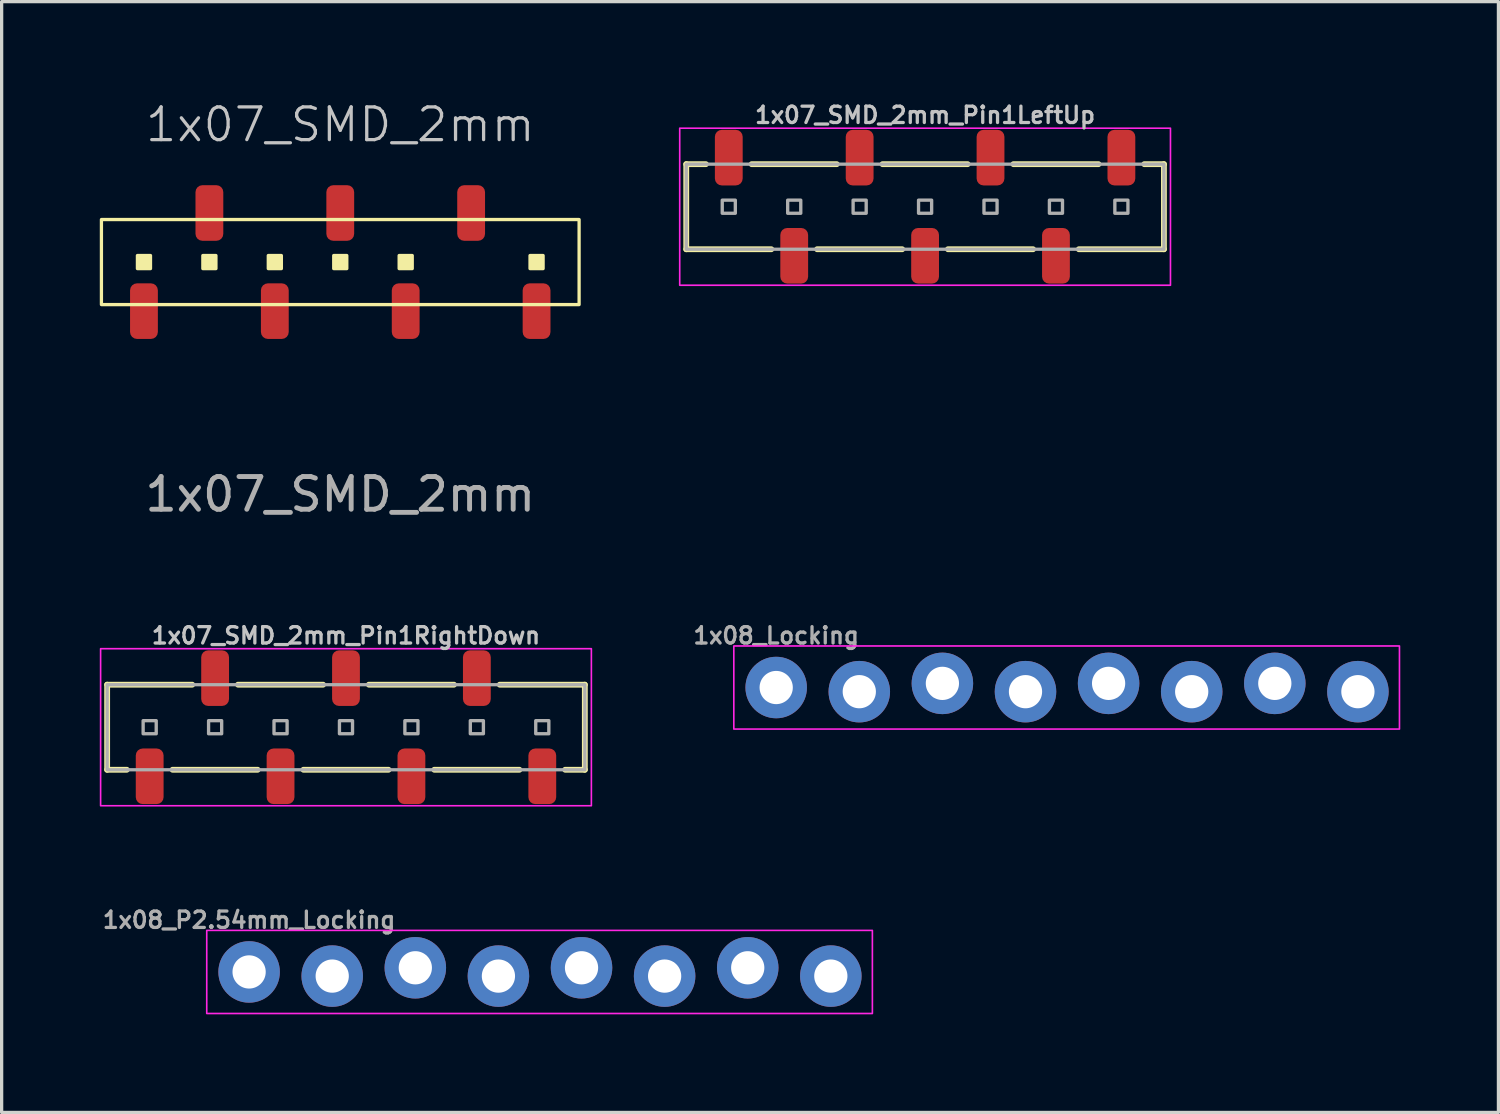
<source format=kicad_pcb>
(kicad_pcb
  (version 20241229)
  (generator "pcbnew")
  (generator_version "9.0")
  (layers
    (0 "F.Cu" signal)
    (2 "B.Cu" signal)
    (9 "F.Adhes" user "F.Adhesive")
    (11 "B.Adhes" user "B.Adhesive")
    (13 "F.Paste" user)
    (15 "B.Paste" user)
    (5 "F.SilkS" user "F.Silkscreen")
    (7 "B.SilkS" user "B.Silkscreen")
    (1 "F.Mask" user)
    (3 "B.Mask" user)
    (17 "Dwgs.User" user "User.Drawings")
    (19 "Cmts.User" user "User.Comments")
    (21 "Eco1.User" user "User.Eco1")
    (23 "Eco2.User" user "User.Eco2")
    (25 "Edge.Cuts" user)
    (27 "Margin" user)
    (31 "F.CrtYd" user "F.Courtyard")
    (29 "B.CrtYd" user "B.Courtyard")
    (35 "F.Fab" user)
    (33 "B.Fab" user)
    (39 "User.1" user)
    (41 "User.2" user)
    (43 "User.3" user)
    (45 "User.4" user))
  (footprint "1x08_P2.54mm_Locking"
    (layer "F.Cu")
    (at 4.564 26.657)
    (property "Reference" "1x08_P2.54mm_Locking" (at 0 -1.587 0) (layer "F.Fab") (effects (font (size 0.5 0.5) (thickness 0.1))))
    (fp_rect (start -1.295 -1.27) (end 19.05 1.27) (stroke (width 0.05) (type default)) (fill no) (layer "F.CrtYd"))
    (fp_poly (pts (xy -0.254 0.254) (xy 0.254 0.254) (xy 0.254 -0.254) (xy -0.254 -0.254)) (stroke (width 0.1) (type default)) (fill no) (layer "F.Fab"))
    (fp_poly (pts (xy 2.286 0.254) (xy 2.794 0.254) (xy 2.794 -0.254) (xy 2.286 -0.254)) (stroke (width 0.1) (type default)) (fill no) (layer "F.Fab"))
    (fp_poly (pts (xy 4.826 0.254) (xy 5.334 0.254) (xy 5.334 -0.254) (xy 4.826 -0.254)) (stroke (width 0.1) (type default)) (fill no) (layer "F.Fab"))
    (fp_poly (pts (xy 7.366 0.254) (xy 7.874 0.254) (xy 7.874 -0.254) (xy 7.366 -0.254)) (stroke (width 0.1) (type default)) (fill no) (layer "F.Fab"))
    (fp_poly (pts (xy 9.906 0.254) (xy 10.414 0.254) (xy 10.414 -0.254) (xy 9.906 -0.254)) (stroke (width 0.1) (type default)) (fill no) (layer "F.Fab"))
    (fp_poly (pts (xy 12.446 0.254) (xy 12.954 0.254) (xy 12.954 -0.254) (xy 12.446 -0.254)) (stroke (width 0.1) (type default)) (fill no) (layer "F.Fab"))
    (fp_poly (pts (xy 14.986 0.254) (xy 15.494 0.254) (xy 15.494 -0.254) (xy 14.986 -0.254)) (stroke (width 0.1) (type default)) (fill no) (layer "F.Fab"))
    (fp_poly (pts (xy 17.526 0.254) (xy 18.034 0.254) (xy 18.034 -0.254) (xy 17.526 -0.254)) (stroke (width 0.1) (type default)) (fill no) (layer "F.Fab"))
    (pad "1" thru_hole circle (at 0 0 90) (size 1.88 1.88) (drill 1.016) (layers "*.Cu" "*.Mask") (remove_unused_layers yes) (keep_end_layers yes) (zone_layer_connections))
    (pad "2" thru_hole circle (at 2.54 0.127 90) (size 1.88 1.88) (drill 1.016) (layers "*.Cu" "*.Mask") (remove_unused_layers yes) (keep_end_layers yes) (zone_layer_connections))
    (pad "3" thru_hole circle (at 5.08 -0.127 90) (size 1.88 1.88) (drill 1.016) (layers "*.Cu" "*.Mask") (remove_unused_layers yes) (keep_end_layers yes) (zone_layer_connections))
    (pad "4" thru_hole circle (at 7.62 0.127 90) (size 1.88 1.88) (drill 1.016) (layers "*.Cu" "*.Mask") (remove_unused_layers yes) (keep_end_layers yes) (zone_layer_connections))
    (pad "5" thru_hole circle (at 10.16 -0.127 90) (size 1.88 1.88) (drill 1.016) (layers "*.Cu" "*.Mask") (remove_unused_layers yes) (keep_end_layers yes) (zone_layer_connections))
    (pad "6" thru_hole circle (at 12.7 0.127 90) (size 1.88 1.88) (drill 1.016) (layers "*.Cu" "*.Mask") (remove_unused_layers yes) (keep_end_layers yes) (zone_layer_connections))
    (pad "7" thru_hole circle (at 15.24 -0.127 90) (size 1.88 1.88) (drill 1.016) (layers "*.Cu" "*.Mask") (remove_unused_layers yes) (keep_end_layers yes) (zone_layer_connections))
    (pad "8" thru_hole circle (at 17.78 0.127 90) (size 1.88 1.88) (drill 1.016) (layers "*.Cu" "*.Mask") (remove_unused_layers yes) (keep_end_layers yes) (zone_layer_connections)))
  (footprint "1x07_SMD_2mm_Pin1LeftUp"
    (layer "F.Cu")
    (at 25.225 3.268)
    (property "Reference" "1x07_SMD_2mm_Pin1LeftUp" (at 0 -2.8 0) (unlocked yes) (layer "Dwgs.User") (effects (font (size 0.5 0.5) (thickness 0.1))))
    (attr smd)
    (fp_line (start -7.3 -1.3) (end -6.7 -1.3) (stroke (width 0.178) (type default)) (layer "F.SilkS"))
    (fp_line (start -7.3 1.3) (end -7.3 -1.3) (stroke (width 0.178) (type default)) (layer "F.SilkS"))
    (fp_line (start -4.7 1.3) (end -7.3 1.3) (stroke (width 0.178) (type default)) (layer "F.SilkS"))
    (fp_line (start -2.7 -1.3) (end -5.3 -1.3) (stroke (width 0.178) (type default)) (layer "F.SilkS"))
    (fp_line (start -0.7 1.3) (end -3.3 1.3) (stroke (width 0.178) (type default)) (layer "F.SilkS"))
    (fp_line (start 1.3 -1.3) (end -1.3 -1.3) (stroke (width 0.178) (type default)) (layer "F.SilkS"))
    (fp_line (start 3.3 1.3) (end 0.7 1.3) (stroke (width 0.178) (type default)) (layer "F.SilkS"))
    (fp_line (start 4.7 1.3) (end 7.3 1.3) (stroke (width 0.178) (type default)) (layer "F.SilkS"))
    (fp_line (start 5.3 -1.3) (end 2.7 -1.3) (stroke (width 0.178) (type default)) (layer "F.SilkS"))
    (fp_line (start 7.3 -1.3) (end 6.7 -1.3) (stroke (width 0.178) (type default)) (layer "F.SilkS"))
    (fp_line (start 7.3 1.3) (end 7.3 -1.3) (stroke (width 0.178) (type default)) (layer "F.SilkS"))
    (fp_rect (start -7.5 -2.4) (end 7.5 2.4) (stroke (width 0.05) (type default)) (fill no) (layer "F.CrtYd"))
    (fp_rect (start -7.3 -1.3) (end 7.3 1.3) (stroke (width 0.1) (type default)) (fill no) (layer "F.Fab"))
    (fp_rect (start -6.2 -0.2) (end -5.8 0.2) (stroke (width 0.102) (type solid)) (fill no) (layer "F.Fab"))
    (fp_rect (start -4.2 -0.2) (end -3.8 0.2) (stroke (width 0.102) (type solid)) (fill no) (layer "F.Fab"))
    (fp_rect (start -2.2 -0.2) (end -1.8 0.2) (stroke (width 0.102) (type solid)) (fill no) (layer "F.Fab"))
    (fp_rect (start -0.2 -0.2) (end 0.2 0.2) (stroke (width 0.102) (type solid)) (fill no) (layer "F.Fab"))
    (fp_rect (start 1.8 -0.2) (end 2.2 0.2) (stroke (width 0.102) (type solid)) (fill no) (layer "F.Fab"))
    (fp_rect (start 3.8 -0.2) (end 4.2 0.2) (stroke (width 0.102) (type solid)) (fill no) (layer "F.Fab"))
    (fp_rect (start 5.8 -0.2) (end 6.2 0.2) (stroke (width 0.102) (type solid)) (fill no) (layer "F.Fab"))
    (pad "1" smd roundrect (at -6 -1.5 180) (size 0.85 1.7) (layers "F.Cu" "F.Mask" "F.Paste") (roundrect_rratio 0.25))
    (pad "2" smd roundrect (at -4 1.5 180) (size 0.85 1.7) (layers "F.Cu" "F.Mask" "F.Paste") (roundrect_rratio 0.25))
    (pad "3" smd roundrect (at -2 -1.5 180) (size 0.85 1.7) (layers "F.Cu" "F.Mask" "F.Paste") (roundrect_rratio 0.25))
    (pad "4" smd roundrect (at 0 1.5 180) (size 0.85 1.7) (layers "F.Cu" "F.Mask" "F.Paste") (roundrect_rratio 0.25))
    (pad "5" smd roundrect (at 2 -1.5 180) (size 0.85 1.7) (layers "F.Cu" "F.Mask" "F.Paste") (roundrect_rratio 0.25))
    (pad "6" smd roundrect (at 4 1.5 180) (size 0.85 1.7) (layers "F.Cu" "F.Mask" "F.Paste") (roundrect_rratio 0.25))
    (pad "7" smd roundrect (at 6 -1.5 180) (size 0.85 1.7) (layers "F.Cu" "F.Mask" "F.Paste") (roundrect_rratio 0.25)))
  (footprint "1x07_SMD_2mm_Pin1RightDown"
    (layer "F.Cu")
    (at 7.525 19.177)
    (property "Reference" "1x07_SMD_2mm_Pin1RightDown" (at 0 -2.8 0) (unlocked yes) (layer "Dwgs.User") (effects (font (size 0.5 0.5) (thickness 0.1))))
    (attr smd)
    (fp_line (start -7.3 -1.3) (end -7.3 1.3) (stroke (width 0.178) (type default)) (layer "F.SilkS"))
    (fp_line (start -7.3 1.3) (end -6.7 1.3) (stroke (width 0.178) (type default)) (layer "F.SilkS"))
    (fp_line (start -5.3 1.3) (end -2.7 1.3) (stroke (width 0.178) (type default)) (layer "F.SilkS"))
    (fp_line (start -4.7 -1.3) (end -7.3 -1.3) (stroke (width 0.178) (type default)) (layer "F.SilkS"))
    (fp_line (start -3.3 -1.3) (end -0.7 -1.3) (stroke (width 0.178) (type default)) (layer "F.SilkS"))
    (fp_line (start -1.3 1.3) (end 1.3 1.3) (stroke (width 0.178) (type default)) (layer "F.SilkS"))
    (fp_line (start 0.7 -1.3) (end 3.3 -1.3) (stroke (width 0.178) (type default)) (layer "F.SilkS"))
    (fp_line (start 2.7 1.3) (end 5.3 1.3) (stroke (width 0.178) (type default)) (layer "F.SilkS"))
    (fp_line (start 4.7 -1.3) (end 7.3 -1.3) (stroke (width 0.178) (type default)) (layer "F.SilkS"))
    (fp_line (start 7.3 -1.3) (end 7.3 1.3) (stroke (width 0.178) (type default)) (layer "F.SilkS"))
    (fp_line (start 7.3 1.3) (end 6.7 1.3) (stroke (width 0.178) (type default)) (layer "F.SilkS"))
    (fp_rect (start -7.5 -2.4) (end 7.5 2.4) (stroke (width 0.05) (type default)) (fill no) (layer "F.CrtYd"))
    (fp_rect (start -7.3 -1.3) (end 7.3 1.3) (stroke (width 0.1) (type default)) (fill no) (layer "F.Fab"))
    (fp_rect (start -6.2 -0.2) (end -5.8 0.2) (stroke (width 0.102) (type solid)) (fill no) (layer "F.Fab"))
    (fp_rect (start -4.2 -0.2) (end -3.8 0.2) (stroke (width 0.102) (type solid)) (fill no) (layer "F.Fab"))
    (fp_rect (start -2.2 -0.2) (end -1.8 0.2) (stroke (width 0.102) (type solid)) (fill no) (layer "F.Fab"))
    (fp_rect (start -0.2 -0.2) (end 0.2 0.2) (stroke (width 0.102) (type solid)) (fill no) (layer "F.Fab"))
    (fp_rect (start 1.8 -0.2) (end 2.2 0.2) (stroke (width 0.102) (type solid)) (fill no) (layer "F.Fab"))
    (fp_rect (start 3.8 -0.2) (end 4.2 0.2) (stroke (width 0.102) (type solid)) (fill no) (layer "F.Fab"))
    (fp_rect (start 5.8 -0.2) (end 6.2 0.2) (stroke (width 0.102) (type solid)) (fill no) (layer "F.Fab"))
    (pad "1" smd roundrect (at 6 1.5) (size 0.85 1.7) (layers "F.Cu" "F.Mask" "F.Paste") (roundrect_rratio 0.25))
    (pad "2" smd roundrect (at 4 -1.5) (size 0.85 1.7) (layers "F.Cu" "F.Mask" "F.Paste") (roundrect_rratio 0.25))
    (pad "3" smd roundrect (at 2 1.5) (size 0.85 1.7) (layers "F.Cu" "F.Mask" "F.Paste") (roundrect_rratio 0.25))
    (pad "4" smd roundrect (at 0 -1.5) (size 0.85 1.7) (layers "F.Cu" "F.Mask" "F.Paste") (roundrect_rratio 0.25))
    (pad "5" smd roundrect (at -2 1.5) (size 0.85 1.7) (layers "F.Cu" "F.Mask" "F.Paste") (roundrect_rratio 0.25))
    (pad "6" smd roundrect (at -4 -1.5) (size 0.85 1.7) (layers "F.Cu" "F.Mask" "F.Paste") (roundrect_rratio 0.25))
    (pad "7" smd roundrect (at -6 1.5) (size 0.85 1.7) (layers "F.Cu" "F.Mask" "F.Paste") (roundrect_rratio 0.25)))
  (footprint "1x07_SMD_2mm"
    (layer "F.Cu")
    (at 7.35 4.96)
    (property "Reference" "1x07_SMD_2mm" (at 0 -4.2 0) (unlocked yes) (layer "Dwgs.User") (effects (font (size 1 1) (thickness 0.1))))
    (attr smd)
    (fp_rect (start -7.3 -1.3) (end 7.3 1.3) (stroke (width 0.1) (type default)) (fill no) (layer "F.SilkS"))
    (fp_rect (start -6.2 -0.2) (end -5.8 0.2) (stroke (width 0.1) (type solid)) (fill yes) (layer "F.SilkS"))
    (fp_rect (start -4.2 -0.2) (end -3.8 0.2) (stroke (width 0.1) (type solid)) (fill yes) (layer "F.SilkS"))
    (fp_rect (start -2.2 -0.2) (end -1.8 0.2) (stroke (width 0.1) (type solid)) (fill yes) (layer "F.SilkS"))
    (fp_rect (start -0.2 -0.2) (end 0.2 0.2) (stroke (width 0.1) (type solid)) (fill yes) (layer "F.SilkS"))
    (fp_rect (start 1.8 -0.2) (end 2.2 0.2) (stroke (width 0.1) (type solid)) (fill yes) (layer "F.SilkS"))
    (fp_rect (start 5.8 -0.2) (end 6.2 0.2) (stroke (width 0.1) (type solid)) (fill yes) (layer "F.SilkS"))
    (fp_text user "${REFERENCE}" (at 0 7.1 0) (unlocked yes) (layer "F.Fab") (effects (font (size 1 1) (thickness 0.15))))
    (pad "6" smd roundrect (at -6 1.5) (size 0.85 1.7) (layers "F.Cu" "F.Mask" "F.Paste") (roundrect_rratio 0.25))
    (pad "7" smd roundrect (at -4 -1.5) (size 0.85 1.7) (layers "F.Cu" "F.Mask" "F.Paste") (roundrect_rratio 0.25))
    (pad "8" smd roundrect (at -2 1.5) (size 0.85 1.7) (layers "F.Cu" "F.Mask" "F.Paste") (roundrect_rratio 0.25))
    (pad "9" smd roundrect (at 0 -1.5) (size 0.85 1.7) (layers "F.Cu" "F.Mask" "F.Paste") (roundrect_rratio 0.25))
    (pad "10" smd roundrect (at 2 1.5) (size 0.85 1.7) (layers "F.Cu" "F.Mask" "F.Paste") (roundrect_rratio 0.25))
    (pad "11" smd roundrect (at 4 -1.5) (size 0.85 1.7) (layers "F.Cu" "F.Mask" "F.Paste") (roundrect_rratio 0.25))
    (pad "12" smd roundrect (at 6 1.5) (size 0.85 1.7) (layers "F.Cu" "F.Mask" "F.Paste") (roundrect_rratio 0.25)))
  (footprint "1x08_Locking"
    (layer "F.Cu")
    (at 20.674 17.964)
    (property "Reference" "1x08_Locking" (at 0 -1.587 0) (layer "F.Fab") (effects (font (size 0.5 0.5) (thickness 0.1))))
    (fp_rect (start -1.295 -1.27) (end 19.05 1.27) (stroke (width 0.05) (type default)) (fill no) (layer "F.CrtYd"))
    (fp_poly (pts (xy -0.254 0.254) (xy 0.254 0.254) (xy 0.254 -0.254) (xy -0.254 -0.254)) (stroke (width 0.1) (type default)) (fill no) (layer "F.Fab"))
    (fp_poly (pts (xy 2.286 0.254) (xy 2.794 0.254) (xy 2.794 -0.254) (xy 2.286 -0.254)) (stroke (width 0.1) (type default)) (fill no) (layer "F.Fab"))
    (fp_poly (pts (xy 4.826 0.254) (xy 5.334 0.254) (xy 5.334 -0.254) (xy 4.826 -0.254)) (stroke (width 0.1) (type default)) (fill no) (layer "F.Fab"))
    (fp_poly (pts (xy 7.366 0.254) (xy 7.874 0.254) (xy 7.874 -0.254) (xy 7.366 -0.254)) (stroke (width 0.1) (type default)) (fill no) (layer "F.Fab"))
    (fp_poly (pts (xy 9.906 0.254) (xy 10.414 0.254) (xy 10.414 -0.254) (xy 9.906 -0.254)) (stroke (width 0.1) (type default)) (fill no) (layer "F.Fab"))
    (fp_poly (pts (xy 12.446 0.254) (xy 12.954 0.254) (xy 12.954 -0.254) (xy 12.446 -0.254)) (stroke (width 0.1) (type default)) (fill no) (layer "F.Fab"))
    (fp_poly (pts (xy 14.986 0.254) (xy 15.494 0.254) (xy 15.494 -0.254) (xy 14.986 -0.254)) (stroke (width 0.1) (type default)) (fill no) (layer "F.Fab"))
    (fp_poly (pts (xy 17.526 0.254) (xy 18.034 0.254) (xy 18.034 -0.254) (xy 17.526 -0.254)) (stroke (width 0.1) (type default)) (fill no) (layer "F.Fab"))
    (pad "1" thru_hole circle (at 0 0 90) (size 1.88 1.88) (drill 1.016) (layers "*.Cu" "*.Mask") (remove_unused_layers yes) (keep_end_layers yes) (zone_layer_connections))
    (pad "2" thru_hole circle (at 2.54 0.127 90) (size 1.88 1.88) (drill 1.016) (layers "*.Cu" "*.Mask") (remove_unused_layers yes) (keep_end_layers yes) (zone_layer_connections))
    (pad "3" thru_hole circle (at 5.08 -0.127 90) (size 1.88 1.88) (drill 1.016) (layers "*.Cu" "*.Mask") (remove_unused_layers yes) (keep_end_layers yes) (zone_layer_connections))
    (pad "4" thru_hole circle (at 7.62 0.127 90) (size 1.88 1.88) (drill 1.016) (layers "*.Cu" "*.Mask") (remove_unused_layers yes) (keep_end_layers yes) (zone_layer_connections))
    (pad "5" thru_hole circle (at 10.16 -0.127 90) (size 1.88 1.88) (drill 1.016) (layers "*.Cu" "*.Mask") (remove_unused_layers yes) (keep_end_layers yes) (zone_layer_connections))
    (pad "6" thru_hole circle (at 12.7 0.127 90) (size 1.88 1.88) (drill 1.016) (layers "*.Cu" "*.Mask") (remove_unused_layers yes) (keep_end_layers yes) (zone_layer_connections))
    (pad "7" thru_hole circle (at 15.24 -0.127 90) (size 1.88 1.88) (drill 1.016) (layers "*.Cu" "*.Mask") (remove_unused_layers yes) (keep_end_layers yes) (zone_layer_connections))
    (pad "8" thru_hole circle (at 17.78 0.127 90) (size 1.88 1.88) (drill 1.016) (layers "*.Cu" "*.Mask") (remove_unused_layers yes) (keep_end_layers yes) (zone_layer_connections)))
  (gr_rect
    (start -3 -3)
    (end 42.749 30.952)
    (stroke (width 0.1) (type default))
    (fill no)
    (layer "Edge.Cuts")))
</source>
